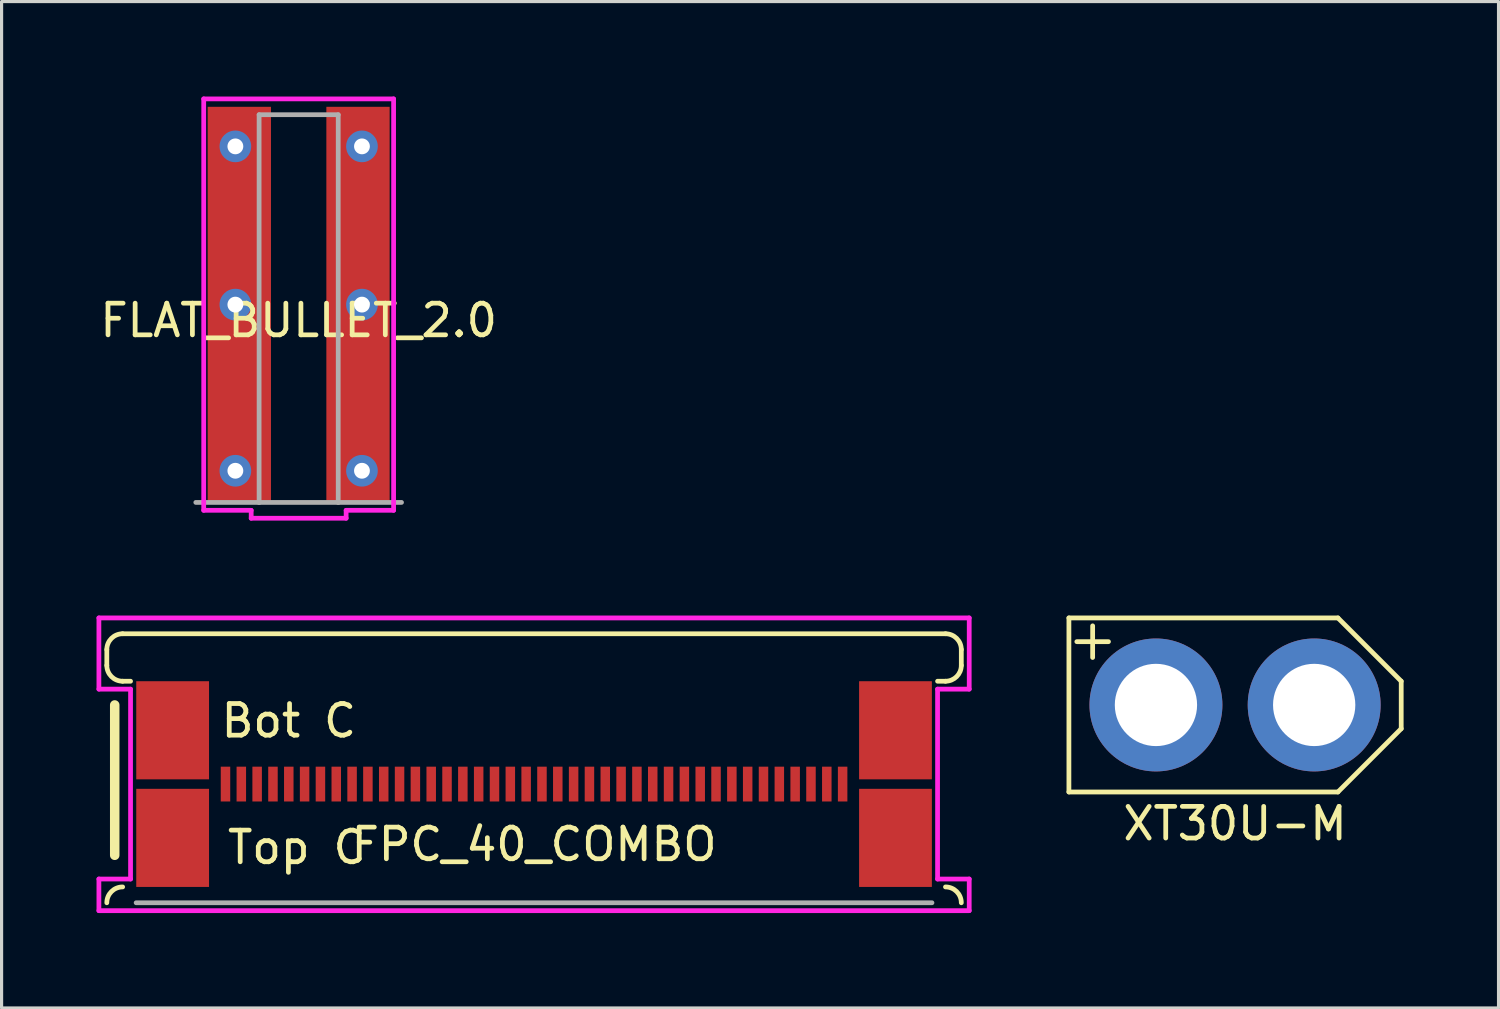
<source format=kicad_pcb>
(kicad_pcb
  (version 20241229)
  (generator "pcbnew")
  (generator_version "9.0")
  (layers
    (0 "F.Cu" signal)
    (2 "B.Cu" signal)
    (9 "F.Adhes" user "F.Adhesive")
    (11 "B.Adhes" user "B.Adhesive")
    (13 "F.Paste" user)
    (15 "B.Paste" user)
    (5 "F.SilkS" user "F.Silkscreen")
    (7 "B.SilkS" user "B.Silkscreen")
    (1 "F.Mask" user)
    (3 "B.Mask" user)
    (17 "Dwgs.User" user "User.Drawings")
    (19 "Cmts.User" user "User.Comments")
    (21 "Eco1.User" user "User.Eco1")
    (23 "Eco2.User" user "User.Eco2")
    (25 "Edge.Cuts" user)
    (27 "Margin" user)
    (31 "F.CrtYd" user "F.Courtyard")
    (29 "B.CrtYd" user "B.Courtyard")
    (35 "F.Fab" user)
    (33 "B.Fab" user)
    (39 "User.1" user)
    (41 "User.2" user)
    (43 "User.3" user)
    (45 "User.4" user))
  (footprint "FLAT_BULLET_2.0"
    (layer "F.Cu")
    (at 6.387 6.575)
    (property "Reference" "FLAT_BULLET_2.0" (at 0 0.5 0) (layer "F.SilkS") (effects (font (size 1 1) (thickness 0.15))))
    (attr through_hole)
    (fp_line (start -3 -6.5) (end -3 6.5) (stroke (width 0.15) (type solid)) (layer "F.CrtYd"))
    (fp_line (start -3 6.5) (end -1.5 6.5) (stroke (width 0.15) (type solid)) (layer "F.CrtYd"))
    (fp_line (start -1.5 6.5) (end -1.5 6.75) (stroke (width 0.15) (type solid)) (layer "F.CrtYd"))
    (fp_line (start -1.5 6.75) (end 1.5 6.75) (stroke (width 0.15) (type solid)) (layer "F.CrtYd"))
    (fp_line (start 1.5 6.5) (end 3 6.5) (stroke (width 0.15) (type solid)) (layer "F.CrtYd"))
    (fp_line (start 1.5 6.75) (end 1.5 6.5) (stroke (width 0.15) (type solid)) (layer "F.CrtYd"))
    (fp_line (start 3 -6.5) (end -3 -6.5) (stroke (width 0.15) (type solid)) (layer "F.CrtYd"))
    (fp_line (start 3 6.5) (end 3 -6.5) (stroke (width 0.15) (type solid)) (layer "F.CrtYd"))
    (fp_line (start -1.25 -6) (end -1.25 6.25) (stroke (width 0.15) (type solid)) (layer "F.Fab"))
    (fp_line (start -1.25 6.25) (end -3.25 6.25) (stroke (width 0.15) (type solid)) (layer "F.Fab"))
    (fp_line (start -1.25 6.25) (end 1.25 6.25) (stroke (width 0.15) (type solid)) (layer "F.Fab"))
    (fp_line (start 1.25 -6) (end -1.25 -6) (stroke (width 0.15) (type solid)) (layer "F.Fab"))
    (fp_line (start 1.25 6.25) (end 1.25 -6) (stroke (width 0.15) (type solid)) (layer "F.Fab"))
    (fp_line (start 1.25 6.25) (end 3.25 6.25) (stroke (width 0.15) (type solid)) (layer "F.Fab"))
    (pad "1" thru_hole circle (at -2 5.25) (size 1 1) (drill 0.5) (layers "*.Cu" "*.Mask"))
    (pad "1" smd rect (at -1.875 0) (size 2 12.5) (layers "F.Cu" "F.Mask" "F.Paste"))
    (pad "2" thru_hole circle (at -2 0) (size 1 1) (drill 0.5) (layers "*.Cu" "*.Mask"))
    (pad "2" smd rect (at 1.875 0) (size 2 12.5) (layers "F.Cu" "F.Mask" "F.Paste"))
    (pad "3" thru_hole circle (at -2 -5) (size 1 1) (drill 0.5) (layers "*.Cu" "*.Mask"))
    (pad "4" thru_hole circle (at 2 -5) (size 1 1) (drill 0.5) (layers "*.Cu" "*.Mask"))
    (pad "5" thru_hole circle (at 2 0) (size 1 1) (drill 0.5) (layers "*.Cu" "*.Mask"))
    (pad "6" thru_hole circle (at 2 5.25) (size 1 1) (drill 0.5) (layers "*.Cu" "*.Mask")))
  (footprint "XT30U-M"
    (layer "F.Cu")
    (at 35.975 19.225)
    (property "Reference" "XT30U-M" (at 0 3.75 0) (layer "F.SilkS") (effects (font (size 1 1) (thickness 0.15))))
    (attr through_hole)
    (fp_line (start -5.25 -2.75) (end -5.25 2.75) (stroke (width 0.15) (type solid)) (layer "F.SilkS"))
    (fp_line (start -5.25 2.75) (end 3.25 2.75) (stroke (width 0.15) (type solid)) (layer "F.SilkS"))
    (fp_line (start -5 -2) (end -4 -2) (stroke (width 0.15) (type solid)) (layer "F.SilkS"))
    (fp_line (start -4.5 -2.5) (end -4.5 -1.5) (stroke (width 0.15) (type solid)) (layer "F.SilkS"))
    (fp_line (start 3.25 -2.75) (end -5.25 -2.75) (stroke (width 0.15) (type solid)) (layer "F.SilkS"))
    (fp_line (start 5.25 -0.75) (end 3.25 -2.75) (stroke (width 0.15) (type solid)) (layer "F.SilkS"))
    (fp_line (start 5.25 -0.75) (end 5.25 0.75) (stroke (width 0.15) (type solid)) (layer "F.SilkS"))
    (fp_line (start 5.25 0.75) (end 3.25 2.75) (stroke (width 0.15) (type solid)) (layer "F.SilkS"))
    (pad "1" thru_hole circle (at -2.5 0) (size 4.2 4.2) (drill 2.6) (layers "*.Cu" "*.Mask"))
    (pad "2" thru_hole circle (at 2.5 0) (size 4.2 4.2) (drill 2.6) (layers "*.Cu" "*.Mask")))
  (footprint "FPC_40_COMBO"
    (layer "F.Cu")
    (at 13.825 21.725)
    (property "Reference" "FPC_40_COMBO" (at 0 1.905 0) (layer "F.SilkS") (effects (font (size 1 1) (thickness 0.15))))
    (attr through_hole)
    (fp_line (start -13.5 -4.25) (end -13.5 -3.75) (stroke (width 0.15) (type solid)) (layer "F.SilkS"))
    (fp_line (start -13.25 -2.5) (end -13.25 2.25) (stroke (width 0.3) (type solid)) (layer "F.SilkS"))
    (fp_line (start -13 -3.25) (end -12.75 -3.25) (stroke (width 0.15) (type solid)) (layer "F.SilkS"))
    (fp_line (start 13 -4.75) (end -13 -4.75) (stroke (width 0.15) (type solid)) (layer "F.SilkS"))
    (fp_line (start 13 -3.25) (end 12.75 -3.25) (stroke (width 0.15) (type solid)) (layer "F.SilkS"))
    (fp_line (start 13.5 -4.25) (end 13.5 -3.75) (stroke (width 0.15) (type solid)) (layer "F.SilkS"))
    (fp_arc (start -13.5 -4.25) (mid -13.353553 -4.603553) (end -13 -4.75) (stroke (width 0.15) (type solid)) (layer "F.SilkS"))
    (fp_arc (start -13.5 3.75) (mid -13.353553 3.396447) (end -13 3.25) (stroke (width 0.15) (type solid)) (layer "F.SilkS"))
    (fp_arc (start -13 -3.25) (mid -13.353553 -3.396447) (end -13.5 -3.75) (stroke (width 0.15) (type solid)) (layer "F.SilkS"))
    (fp_arc (start 13 -4.75) (mid 13.353553 -4.603553) (end 13.5 -4.25) (stroke (width 0.15) (type solid)) (layer "F.SilkS"))
    (fp_arc (start 13 3.25) (mid 13.353553 3.396447) (end 13.5 3.75) (stroke (width 0.15) (type solid)) (layer "F.SilkS"))
    (fp_arc (start 13.5 -3.75) (mid 13.353553 -3.396447) (end 13 -3.25) (stroke (width 0.15) (type solid)) (layer "F.SilkS"))
    (fp_line (start -13.75 -5.25) (end 13.75 -5.25) (stroke (width 0.15) (type solid)) (layer "F.CrtYd"))
    (fp_line (start -13.75 -3) (end -13.75 -5.25) (stroke (width 0.15) (type solid)) (layer "F.CrtYd"))
    (fp_line (start -13.75 3) (end -12.75 3) (stroke (width 0.15) (type solid)) (layer "F.CrtYd"))
    (fp_line (start -13.75 4) (end -13.75 3) (stroke (width 0.15) (type solid)) (layer "F.CrtYd"))
    (fp_line (start -12.75 -3) (end -13.75 -3) (stroke (width 0.15) (type solid)) (layer "F.CrtYd"))
    (fp_line (start -12.75 3) (end -12.75 -3) (stroke (width 0.15) (type solid)) (layer "F.CrtYd"))
    (fp_line (start 12.75 -3) (end 12.75 3) (stroke (width 0.15) (type solid)) (layer "F.CrtYd"))
    (fp_line (start 12.75 3) (end 13.75 3) (stroke (width 0.15) (type solid)) (layer "F.CrtYd"))
    (fp_line (start 13.75 -5.25) (end 13.75 -3) (stroke (width 0.15) (type solid)) (layer "F.CrtYd"))
    (fp_line (start 13.75 -3) (end 12.75 -3) (stroke (width 0.15) (type solid)) (layer "F.CrtYd"))
    (fp_line (start 13.75 3) (end 13.75 4) (stroke (width 0.15) (type solid)) (layer "F.CrtYd"))
    (fp_line (start 13.75 4) (end -13.75 4) (stroke (width 0.15) (type solid)) (layer "F.CrtYd"))
    (fp_line (start -12.573 3.75) (end 12.573 3.75) (stroke (width 0.15) (type solid)) (layer "F.Fab"))
    (fp_text user "Bot C" (at -7.75 -2 0) (layer "F.SilkS") (effects (font (size 1 1) (thickness 0.15))))
    (fp_text user "Top C" (at -7.5 2 0) (layer "F.SilkS") (effects (font (size 1 1) (thickness 0.15))))
    (pad "1" smd rect (at -9.75 0) (size 0.3 1.1) (layers "F.Cu" "F.Mask" "F.Paste"))
    (pad "2" smd rect (at -9.25 0) (size 0.3 1.1) (layers "F.Cu" "F.Mask" "F.Paste"))
    (pad "3" smd rect (at -8.75 0) (size 0.3 1.1) (layers "F.Cu" "F.Mask" "F.Paste"))
    (pad "4" smd rect (at -8.25 0) (size 0.3 1.1) (layers "F.Cu" "F.Mask" "F.Paste"))
    (pad "5" smd rect (at -7.75 0) (size 0.3 1.1) (layers "F.Cu" "F.Mask" "F.Paste"))
    (pad "6" smd rect (at -7.25 0) (size 0.3 1.1) (layers "F.Cu" "F.Mask" "F.Paste"))
    (pad "7" smd rect (at -6.75 0) (size 0.3 1.1) (layers "F.Cu" "F.Mask" "F.Paste"))
    (pad "8" smd rect (at -6.25 0) (size 0.3 1.1) (layers "F.Cu" "F.Mask" "F.Paste"))
    (pad "9" smd rect (at -5.75 0) (size 0.3 1.1) (layers "F.Cu" "F.Mask" "F.Paste"))
    (pad "10" smd rect (at -5.25 0) (size 0.3 1.1) (layers "F.Cu" "F.Mask" "F.Paste"))
    (pad "11" smd rect (at -4.75 0) (size 0.3 1.1) (layers "F.Cu" "F.Mask" "F.Paste"))
    (pad "12" smd rect (at -4.25 0) (size 0.3 1.1) (layers "F.Cu" "F.Mask" "F.Paste"))
    (pad "13" smd rect (at -3.75 0) (size 0.3 1.1) (layers "F.Cu" "F.Mask" "F.Paste"))
    (pad "14" smd rect (at -3.25 0) (size 0.3 1.1) (layers "F.Cu" "F.Mask" "F.Paste"))
    (pad "15" smd rect (at -2.75 0) (size 0.3 1.1) (layers "F.Cu" "F.Mask" "F.Paste"))
    (pad "16" smd rect (at -2.25 0) (size 0.3 1.1) (layers "F.Cu" "F.Mask" "F.Paste"))
    (pad "17" smd rect (at -1.75 0) (size 0.3 1.1) (layers "F.Cu" "F.Mask" "F.Paste"))
    (pad "18" smd rect (at -1.25 0) (size 0.3 1.1) (layers "F.Cu" "F.Mask" "F.Paste"))
    (pad "19" smd rect (at -0.75 0) (size 0.3 1.1) (layers "F.Cu" "F.Mask" "F.Paste"))
    (pad "20" smd rect (at -0.25 0) (size 0.3 1.1) (layers "F.Cu" "F.Mask" "F.Paste"))
    (pad "21" smd rect (at 0.25 0) (size 0.3 1.1) (layers "F.Cu" "F.Mask" "F.Paste"))
    (pad "22" smd rect (at 0.75 0) (size 0.3 1.1) (layers "F.Cu" "F.Mask" "F.Paste"))
    (pad "23" smd rect (at 1.25 0) (size 0.3 1.1) (layers "F.Cu" "F.Mask" "F.Paste"))
    (pad "24" smd rect (at 1.75 0) (size 0.3 1.1) (layers "F.Cu" "F.Mask" "F.Paste"))
    (pad "25" smd rect (at 2.25 0) (size 0.3 1.1) (layers "F.Cu" "F.Mask" "F.Paste"))
    (pad "26" smd rect (at 2.75 0) (size 0.3 1.1) (layers "F.Cu" "F.Mask" "F.Paste"))
    (pad "27" smd rect (at 3.25 0) (size 0.3 1.1) (layers "F.Cu" "F.Mask" "F.Paste"))
    (pad "28" smd rect (at 3.75 0) (size 0.3 1.1) (layers "F.Cu" "F.Mask" "F.Paste"))
    (pad "29" smd rect (at 4.25 0) (size 0.3 1.1) (layers "F.Cu" "F.Mask" "F.Paste"))
    (pad "30" smd rect (at 4.75 0) (size 0.3 1.1) (layers "F.Cu" "F.Mask" "F.Paste"))
    (pad "31" smd rect (at 5.25 0) (size 0.3 1.1) (layers "F.Cu" "F.Mask" "F.Paste"))
    (pad "32" smd rect (at 5.75 0) (size 0.3 1.1) (layers "F.Cu" "F.Mask" "F.Paste"))
    (pad "33" smd rect (at 6.25 0) (size 0.3 1.1) (layers "F.Cu" "F.Mask" "F.Paste"))
    (pad "34" smd rect (at 6.75 0) (size 0.3 1.1) (layers "F.Cu" "F.Mask" "F.Paste"))
    (pad "35" smd rect (at 7.25 0) (size 0.3 1.1) (layers "F.Cu" "F.Mask" "F.Paste"))
    (pad "36" smd rect (at 7.75 0) (size 0.3 1.1) (layers "F.Cu" "F.Mask" "F.Paste"))
    (pad "37" smd rect (at 8.25 0) (size 0.3 1.1) (layers "F.Cu" "F.Mask" "F.Paste"))
    (pad "38" smd rect (at 8.75 0) (size 0.3 1.1) (layers "F.Cu" "F.Mask" "F.Paste"))
    (pad "39" smd rect (at 9.25 0) (size 0.3 1.1) (layers "F.Cu" "F.Mask" "F.Paste"))
    (pad "40" smd rect (at 9.75 0) (size 0.3 1.1) (layers "F.Cu" "F.Mask" "F.Paste"))
    (pad "G1" smd rect (at 11.42 1.7) (size 2.3 3.1) (layers "F.Cu" "F.Mask" "F.Paste"))
    (pad "G2" smd rect (at -11.42 1.7) (size 2.3 3.1) (layers "F.Cu" "F.Mask" "F.Paste"))
    (pad "G3" smd rect (at -11.42 -1.7) (size 2.3 3.1) (layers "F.Cu" "F.Mask" "F.Paste"))
    (pad "G4" smd rect (at 11.42 -1.7) (size 2.3 3.1) (layers "F.Cu" "F.Mask" "F.Paste")))
  (gr_rect
    (start -3 -3)
    (end 44.3 28.8)
    (stroke (width 0.1) (type default))
    (fill no)
    (layer "Edge.Cuts")))
</source>
